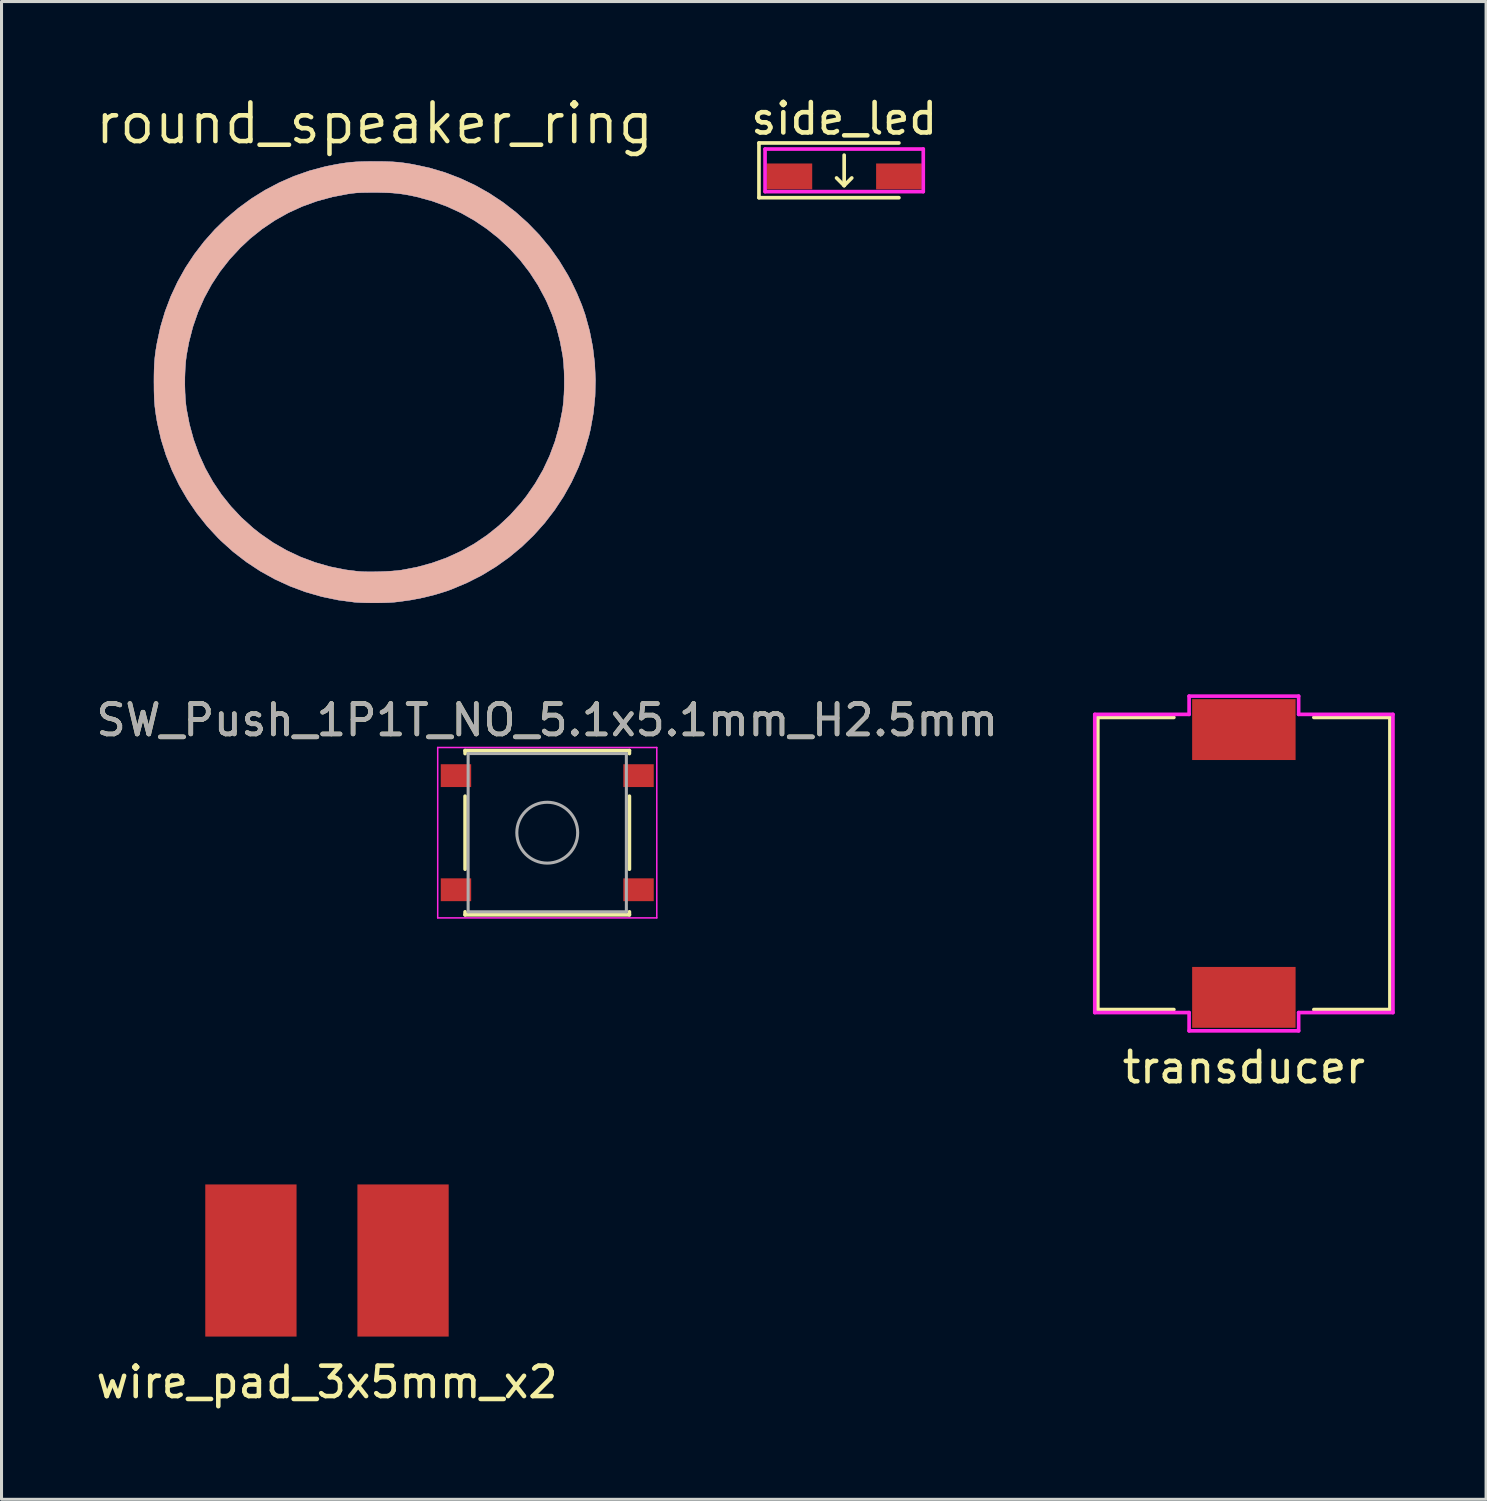
<source format=kicad_pcb>
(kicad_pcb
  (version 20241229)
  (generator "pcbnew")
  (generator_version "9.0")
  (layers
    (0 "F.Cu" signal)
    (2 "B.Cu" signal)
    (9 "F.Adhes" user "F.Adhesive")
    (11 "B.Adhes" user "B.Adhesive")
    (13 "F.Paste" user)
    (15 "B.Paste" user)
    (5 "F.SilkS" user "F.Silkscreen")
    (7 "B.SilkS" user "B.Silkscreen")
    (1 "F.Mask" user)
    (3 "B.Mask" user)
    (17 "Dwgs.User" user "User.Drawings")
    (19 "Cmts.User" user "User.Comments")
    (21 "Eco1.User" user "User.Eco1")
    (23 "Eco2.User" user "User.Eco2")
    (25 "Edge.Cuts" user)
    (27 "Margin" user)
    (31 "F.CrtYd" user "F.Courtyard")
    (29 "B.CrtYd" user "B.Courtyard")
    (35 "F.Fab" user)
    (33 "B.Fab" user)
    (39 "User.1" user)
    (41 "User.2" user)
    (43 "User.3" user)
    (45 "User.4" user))
  (footprint "SW_Push_1P1T_NO_5.1x5.1mm_H2.5mm"
    (layer "F.Cu")
    (at 14.935 24.316)
    (property "Reference" "SW_Push_1P1T_NO_5.1x5.1mm_H2.5mm" (at 0 -3.7 0) (layer "F.SilkS") (effects (font (size 1 1) (thickness 0.15))))
    (attr smd)
    (fp_line (start -2.7 -2.7) (end -2.7 -2.6) (stroke (width 0.12) (type solid)) (layer "F.SilkS"))
    (fp_line (start -2.7 -2.7) (end 2.7 -2.7) (stroke (width 0.12) (type solid)) (layer "F.SilkS"))
    (fp_line (start -2.7 -1.2) (end -2.7 1.2) (stroke (width 0.12) (type solid)) (layer "F.SilkS"))
    (fp_line (start -2.7 2.7) (end -2.7 2.6) (stroke (width 0.12) (type solid)) (layer "F.SilkS"))
    (fp_line (start -2.7 2.7) (end 2.7 2.7) (stroke (width 0.12) (type solid)) (layer "F.SilkS"))
    (fp_line (start 2.7 -2.7) (end 2.7 -2.6) (stroke (width 0.12) (type solid)) (layer "F.SilkS"))
    (fp_line (start 2.7 -1.2) (end 2.7 1.2) (stroke (width 0.12) (type solid)) (layer "F.SilkS"))
    (fp_line (start 2.7 2.7) (end 2.7 2.6) (stroke (width 0.12) (type solid)) (layer "F.SilkS"))
    (fp_line (start -3.6 -2.8) (end -3.6 2.8) (stroke (width 0.05) (type solid)) (layer "F.CrtYd"))
    (fp_line (start -3.6 -2.8) (end 3.6 -2.8) (stroke (width 0.05) (type solid)) (layer "F.CrtYd"))
    (fp_line (start -3.6 2.8) (end 3.6 2.8) (stroke (width 0.05) (type solid)) (layer "F.CrtYd"))
    (fp_line (start 3.6 2.8) (end 3.6 -2.8) (stroke (width 0.05) (type solid)) (layer "F.CrtYd"))
    (fp_line (start -2.6 -2.6) (end -2.6 2.6) (stroke (width 0.1) (type solid)) (layer "F.Fab"))
    (fp_line (start -2.6 2.6) (end 2.6 2.6) (stroke (width 0.1) (type solid)) (layer "F.Fab"))
    (fp_line (start 2.6 -2.6) (end -2.6 -2.6) (stroke (width 0.1) (type solid)) (layer "F.Fab"))
    (fp_line (start 2.6 2.6) (end 2.6 -2.6) (stroke (width 0.1) (type solid)) (layer "F.Fab"))
    (fp_circle (center 0 0) (end 1 0) (stroke (width 0.1) (type solid)) (fill no) (layer "F.Fab"))
    (fp_text user "${REFERENCE}" (at 0 -3.7 0) (layer "F.Fab") (effects (font (size 1 1) (thickness 0.15))))
    (pad "1" smd rect (at -3 -1.875) (size 1 0.75) (layers "F.Cu" "F.Mask" "F.Paste"))
    (pad "1" smd rect (at 3 -1.875) (size 1 0.75) (layers "F.Cu" "F.Mask" "F.Paste"))
    (pad "2" smd rect (at -3 1.875) (size 1 0.75) (layers "F.Cu" "F.Mask" "F.Paste"))
    (pad "2" smd rect (at 3 1.875) (size 1 0.75) (layers "F.Cu" "F.Mask" "F.Paste")))
  (footprint "round_speaker_ring"
    (layer "F.Cu")
    (at 9.26 9.506)
    (property "Reference" "round_speaker_ring" (at 0 -8.5 0) (layer "F.SilkS") (effects (font (size 1.27 1.27) (thickness 0.15))))
    (attr through_hole)
    (fp_poly (pts (xy 0.224 -7.249) (xy 0.415 -7.245) (xy 0.583 -7.238) (xy 0.737 -7.227) (xy 0.888 -7.211) (xy 1.044 -7.19) (xy 1.215 -7.162) (xy 1.27 -7.152) (xy 1.799 -7.039) (xy 2.315 -6.886) (xy 2.817 -6.694) (xy 3.303 -6.467) (xy 3.77 -6.204) (xy 4.217 -5.908) (xy 4.642 -5.58) (xy 5.041 -5.222) (xy 5.414 -4.836) (xy 5.758 -4.422) (xy 6.07 -3.982) (xy 6.35 -3.519) (xy 6.462 -3.309) (xy 6.652 -2.911) (xy 6.812 -2.524) (xy 6.921 -2.212) (xy 7.065 -1.689) (xy 7.17 -1.155) (xy 7.235 -0.614) (xy 7.26 -0.069) (xy 7.246 0.476) (xy 7.191 1.017) (xy 7.096 1.55) (xy 7.046 1.761) (xy 6.892 2.289) (xy 6.7 2.799) (xy 6.472 3.291) (xy 6.209 3.762) (xy 5.913 4.211) (xy 5.585 4.637) (xy 5.227 5.037) (xy 4.84 5.41) (xy 4.426 5.754) (xy 3.986 6.068) (xy 3.523 6.35) (xy 3.036 6.597) (xy 2.529 6.81) (xy 2.341 6.878) (xy 1.983 6.988) (xy 1.597 7.084) (xy 1.196 7.162) (xy 0.793 7.219) (xy 0.614 7.238) (xy 0.486 7.246) (xy 0.326 7.252) (xy 0.147 7.256) (xy -0.042 7.257) (xy -0.229 7.255) (xy -0.404 7.25) (xy -0.556 7.243) (xy -0.646 7.237) (xy -1.198 7.164) (xy -1.739 7.051) (xy -2.267 6.899) (xy -2.78 6.708) (xy -3.277 6.479) (xy -3.755 6.214) (xy -4.212 5.913) (xy -4.647 5.577) (xy -5.059 5.206) (xy -5.133 5.133) (xy -5.503 4.734) (xy -5.841 4.309) (xy -6.147 3.86) (xy -6.419 3.392) (xy -6.655 2.905) (xy -6.854 2.404) (xy -7.014 1.892) (xy -7.134 1.37) (xy -7.153 1.27) (xy -7.182 1.092) (xy -7.205 0.933) (xy -7.223 0.781) (xy -7.235 0.629) (xy -7.243 0.467) (xy -7.248 0.284) (xy -7.249 0.107) (xy -6.235 0.107) (xy -6.228 0.367) (xy -6.213 0.61) (xy -6.19 0.826) (xy -6.184 0.868) (xy -6.084 1.388) (xy -5.947 1.889) (xy -5.772 2.372) (xy -5.562 2.835) (xy -5.315 3.276) (xy -5.034 3.695) (xy -4.718 4.09) (xy -4.369 4.46) (xy -3.987 4.804) (xy -3.75 4.991) (xy -3.332 5.28) (xy -2.893 5.532) (xy -2.434 5.748) (xy -1.957 5.927) (xy -1.464 6.068) (xy -0.956 6.17) (xy -0.544 6.222) (xy -0.403 6.232) (xy -0.229 6.236) (xy -0.035 6.236) (xy 0.17 6.232) (xy 0.376 6.224) (xy 0.571 6.212) (xy 0.746 6.197) (xy 0.878 6.181) (xy 1.394 6.083) (xy 1.893 5.946) (xy 2.374 5.773) (xy 2.835 5.562) (xy 3.276 5.316) (xy 3.694 5.034) (xy 4.089 4.718) (xy 4.459 4.369) (xy 4.803 3.987) (xy 4.991 3.75) (xy 5.281 3.33) (xy 5.535 2.89) (xy 5.75 2.431) (xy 5.929 1.952) (xy 6.069 1.453) (xy 6.172 0.936) (xy 6.183 0.868) (xy 6.208 0.657) (xy 6.225 0.417) (xy 6.234 0.159) (xy 6.235 -0.105) (xy 6.228 -0.363) (xy 6.213 -0.606) (xy 6.191 -0.821) (xy 6.184 -0.868) (xy 6.097 -1.336) (xy 5.984 -1.778) (xy 5.841 -2.203) (xy 5.666 -2.62) (xy 5.608 -2.741) (xy 5.367 -3.189) (xy 5.091 -3.613) (xy 4.784 -4.01) (xy 4.447 -4.381) (xy 4.082 -4.723) (xy 3.691 -5.034) (xy 3.276 -5.314) (xy 2.839 -5.56) (xy 2.382 -5.771) (xy 1.907 -5.945) (xy 1.415 -6.081) (xy 1.397 -6.085) (xy 1.183 -6.132) (xy 0.986 -6.168) (xy 0.797 -6.194) (xy 0.603 -6.213) (xy 0.395 -6.224) (xy 0.163 -6.23) (xy 0 -6.231) (xy -0.186 -6.23) (xy -0.337 -6.228) (xy -0.463 -6.225) (xy -0.572 -6.219) (xy -0.672 -6.21) (xy -0.772 -6.198) (xy -0.868 -6.184) (xy -1.39 -6.084) (xy -1.893 -5.947) (xy -2.376 -5.772) (xy -2.838 -5.561) (xy -3.279 -5.313) (xy -3.699 -5.029) (xy -4.098 -4.709) (xy -4.413 -4.413) (xy -4.764 -4.033) (xy -5.079 -3.631) (xy -5.357 -3.208) (xy -5.599 -2.763) (xy -5.804 -2.298) (xy -5.972 -1.813) (xy -6.102 -1.309) (xy -6.183 -0.868) (xy -6.208 -0.657) (xy -6.225 -0.416) (xy -6.234 -0.158) (xy -6.235 0.107) (xy -7.249 0.107) (xy -7.249 0.072) (xy -7.25 0) (xy -7.249 -0.224) (xy -7.245 -0.415) (xy -7.238 -0.583) (xy -7.227 -0.737) (xy -7.211 -0.888) (xy -7.19 -1.044) (xy -7.162 -1.215) (xy -7.152 -1.27) (xy -7.039 -1.8) (xy -6.886 -2.315) (xy -6.697 -2.815) (xy -6.472 -3.296) (xy -6.214 -3.758) (xy -5.923 -4.199) (xy -5.602 -4.617) (xy -5.252 -5.011) (xy -4.875 -5.378) (xy -4.473 -5.718) (xy -4.046 -6.029) (xy -3.598 -6.308) (xy -3.129 -6.555) (xy -2.641 -6.768) (xy -2.136 -6.944) (xy -1.615 -7.083) (xy -1.27 -7.152) (xy -1.093 -7.182) (xy -0.933 -7.205) (xy -0.782 -7.223) (xy -0.63 -7.235) (xy -0.467 -7.243) (xy -0.284 -7.248) (xy -0.071 -7.249) (xy 0 -7.25) (xy 0.224 -7.249)) (stroke (width 0.01) (type solid)) (fill yes) (layer "B.Cu"))
    (fp_poly (pts (xy 0.224 -7.249) (xy 0.415 -7.245) (xy 0.583 -7.238) (xy 0.737 -7.227) (xy 0.888 -7.211) (xy 1.044 -7.19) (xy 1.215 -7.162) (xy 1.27 -7.152) (xy 1.799 -7.039) (xy 2.315 -6.886) (xy 2.817 -6.694) (xy 3.303 -6.467) (xy 3.77 -6.204) (xy 4.217 -5.908) (xy 4.642 -5.58) (xy 5.041 -5.222) (xy 5.414 -4.836) (xy 5.758 -4.422) (xy 6.07 -3.982) (xy 6.35 -3.519) (xy 6.462 -3.309) (xy 6.652 -2.911) (xy 6.812 -2.524) (xy 6.921 -2.212) (xy 7.065 -1.689) (xy 7.17 -1.155) (xy 7.235 -0.614) (xy 7.26 -0.069) (xy 7.246 0.476) (xy 7.191 1.017) (xy 7.096 1.55) (xy 7.046 1.761) (xy 6.892 2.289) (xy 6.7 2.799) (xy 6.472 3.291) (xy 6.209 3.762) (xy 5.913 4.211) (xy 5.585 4.637) (xy 5.227 5.037) (xy 4.84 5.41) (xy 4.426 5.754) (xy 3.986 6.068) (xy 3.523 6.35) (xy 3.036 6.597) (xy 2.529 6.81) (xy 2.341 6.878) (xy 1.983 6.988) (xy 1.597 7.084) (xy 1.196 7.162) (xy 0.793 7.219) (xy 0.614 7.238) (xy 0.486 7.246) (xy 0.326 7.252) (xy 0.147 7.256) (xy -0.042 7.257) (xy -0.229 7.255) (xy -0.404 7.25) (xy -0.556 7.243) (xy -0.646 7.237) (xy -1.198 7.164) (xy -1.739 7.051) (xy -2.267 6.899) (xy -2.78 6.708) (xy -3.277 6.479) (xy -3.755 6.214) (xy -4.212 5.913) (xy -4.647 5.577) (xy -5.059 5.206) (xy -5.133 5.133) (xy -5.503 4.734) (xy -5.841 4.309) (xy -6.147 3.86) (xy -6.419 3.392) (xy -6.655 2.905) (xy -6.854 2.404) (xy -7.014 1.892) (xy -7.134 1.37) (xy -7.153 1.27) (xy -7.182 1.092) (xy -7.205 0.933) (xy -7.223 0.781) (xy -7.235 0.629) (xy -7.243 0.467) (xy -7.248 0.284) (xy -7.249 0.107) (xy -6.235 0.107) (xy -6.228 0.367) (xy -6.213 0.61) (xy -6.19 0.826) (xy -6.184 0.868) (xy -6.084 1.388) (xy -5.947 1.889) (xy -5.772 2.372) (xy -5.562 2.835) (xy -5.315 3.276) (xy -5.034 3.695) (xy -4.718 4.09) (xy -4.369 4.46) (xy -3.987 4.804) (xy -3.75 4.991) (xy -3.332 5.28) (xy -2.893 5.532) (xy -2.434 5.748) (xy -1.957 5.927) (xy -1.464 6.068) (xy -0.956 6.17) (xy -0.544 6.222) (xy -0.403 6.232) (xy -0.229 6.236) (xy -0.035 6.236) (xy 0.17 6.232) (xy 0.376 6.224) (xy 0.571 6.212) (xy 0.746 6.197) (xy 0.878 6.181) (xy 1.394 6.083) (xy 1.893 5.946) (xy 2.374 5.773) (xy 2.835 5.562) (xy 3.276 5.316) (xy 3.694 5.034) (xy 4.089 4.718) (xy 4.459 4.369) (xy 4.803 3.987) (xy 4.991 3.75) (xy 5.281 3.33) (xy 5.535 2.89) (xy 5.75 2.431) (xy 5.929 1.952) (xy 6.069 1.453) (xy 6.172 0.936) (xy 6.183 0.868) (xy 6.208 0.657) (xy 6.225 0.417) (xy 6.234 0.159) (xy 6.235 -0.105) (xy 6.228 -0.363) (xy 6.213 -0.606) (xy 6.191 -0.821) (xy 6.184 -0.868) (xy 6.097 -1.336) (xy 5.984 -1.778) (xy 5.841 -2.203) (xy 5.666 -2.62) (xy 5.608 -2.741) (xy 5.367 -3.189) (xy 5.091 -3.613) (xy 4.784 -4.01) (xy 4.447 -4.381) (xy 4.082 -4.723) (xy 3.691 -5.034) (xy 3.276 -5.314) (xy 2.839 -5.56) (xy 2.382 -5.771) (xy 1.907 -5.945) (xy 1.415 -6.081) (xy 1.397 -6.085) (xy 1.183 -6.132) (xy 0.986 -6.168) (xy 0.797 -6.194) (xy 0.603 -6.213) (xy 0.395 -6.224) (xy 0.163 -6.23) (xy 0 -6.231) (xy -0.186 -6.23) (xy -0.337 -6.228) (xy -0.463 -6.225) (xy -0.572 -6.219) (xy -0.672 -6.21) (xy -0.772 -6.198) (xy -0.868 -6.184) (xy -1.39 -6.084) (xy -1.893 -5.947) (xy -2.376 -5.772) (xy -2.838 -5.561) (xy -3.279 -5.313) (xy -3.699 -5.029) (xy -4.098 -4.709) (xy -4.413 -4.413) (xy -4.764 -4.033) (xy -5.079 -3.631) (xy -5.357 -3.208) (xy -5.599 -2.763) (xy -5.804 -2.298) (xy -5.972 -1.813) (xy -6.102 -1.309) (xy -6.183 -0.868) (xy -6.208 -0.657) (xy -6.225 -0.416) (xy -6.234 -0.158) (xy -6.235 0.107) (xy -7.249 0.107) (xy -7.249 0.072) (xy -7.25 0) (xy -7.249 -0.224) (xy -7.245 -0.415) (xy -7.238 -0.583) (xy -7.227 -0.737) (xy -7.211 -0.888) (xy -7.19 -1.044) (xy -7.162 -1.215) (xy -7.152 -1.27) (xy -7.039 -1.8) (xy -6.886 -2.315) (xy -6.697 -2.815) (xy -6.472 -3.296) (xy -6.214 -3.758) (xy -5.923 -4.199) (xy -5.602 -4.617) (xy -5.252 -5.011) (xy -4.875 -5.378) (xy -4.473 -5.718) (xy -4.046 -6.029) (xy -3.598 -6.308) (xy -3.129 -6.555) (xy -2.641 -6.768) (xy -2.136 -6.944) (xy -1.615 -7.083) (xy -1.27 -7.152) (xy -1.093 -7.182) (xy -0.933 -7.205) (xy -0.782 -7.223) (xy -0.63 -7.235) (xy -0.467 -7.243) (xy -0.284 -7.248) (xy -0.071 -7.249) (xy 0 -7.25) (xy 0.224 -7.249)) (stroke (width 0.01) (type solid)) (fill yes) (layer "B.SilkS")))
  (footprint "wire_pad_3x5mm_x2"
    (layer "F.Cu")
    (at 7.696 38.376)
    (property "Reference" "wire_pad_3x5mm_x2" (at 0 4 0) (layer "F.SilkS") (effects (font (size 1 1) (thickness 0.15))))
    (attr through_hole)
    (pad "1" smd rect (at -2.5 0) (size 3 5) (layers "F.Cu" "F.Mask" "F.Paste"))
    (pad "2" smd rect (at 2.5 0) (size 3 5) (layers "F.Cu" "F.Mask" "F.Paste")))
  (footprint "transducer"
    (layer "F.Cu")
    (at 37.829 25.328)
    (property "Reference" "transducer" (at 0 6.7 0) (layer "F.SilkS") (effects (font (size 1 1) (thickness 0.15))))
    (attr through_hole)
    (fp_line (start -4.8 -4.8) (end -2.3 -4.8) (stroke (width 0.12) (type solid)) (layer "F.SilkS"))
    (fp_line (start -4.8 4.8) (end -4.8 -4.8) (stroke (width 0.12) (type solid)) (layer "F.SilkS"))
    (fp_line (start -4.8 4.8) (end -2.3 4.8) (stroke (width 0.12) (type solid)) (layer "F.SilkS"))
    (fp_line (start 2.3 -4.8) (end 4.8 -4.8) (stroke (width 0.12) (type solid)) (layer "F.SilkS"))
    (fp_line (start 2.3 4.8) (end 4.8 4.8) (stroke (width 0.12) (type solid)) (layer "F.SilkS"))
    (fp_line (start 4.8 -4.8) (end 4.8 4.8) (stroke (width 0.12) (type solid)) (layer "F.SilkS"))
    (fp_line (start -4.9 -4.9) (end -1.8 -4.9) (stroke (width 0.12) (type solid)) (layer "F.CrtYd"))
    (fp_line (start -4.9 4.9) (end -4.9 -4.9) (stroke (width 0.12) (type solid)) (layer "F.CrtYd"))
    (fp_line (start -1.8 -5.5) (end 1.8 -5.5) (stroke (width 0.12) (type solid)) (layer "F.CrtYd"))
    (fp_line (start -1.8 -4.9) (end -1.8 -5.5) (stroke (width 0.12) (type solid)) (layer "F.CrtYd"))
    (fp_line (start -1.8 4.9) (end -4.9 4.9) (stroke (width 0.12) (type solid)) (layer "F.CrtYd"))
    (fp_line (start -1.8 5.5) (end -1.8 4.9) (stroke (width 0.12) (type solid)) (layer "F.CrtYd"))
    (fp_line (start 1.8 -5.5) (end 1.8 -4.9) (stroke (width 0.12) (type solid)) (layer "F.CrtYd"))
    (fp_line (start 1.8 -4.9) (end 4.9 -4.9) (stroke (width 0.12) (type solid)) (layer "F.CrtYd"))
    (fp_line (start 1.8 4.9) (end 1.8 5.5) (stroke (width 0.12) (type solid)) (layer "F.CrtYd"))
    (fp_line (start 1.8 5.5) (end -1.8 5.5) (stroke (width 0.12) (type solid)) (layer "F.CrtYd"))
    (fp_line (start 4.9 -4.9) (end 4.9 4.9) (stroke (width 0.12) (type solid)) (layer "F.CrtYd"))
    (fp_line (start 4.9 4.9) (end 1.8 4.9) (stroke (width 0.12) (type solid)) (layer "F.CrtYd"))
    (pad "1" smd rect (at 0 -4.4) (size 3.4 2) (layers "F.Cu" "F.Mask" "F.Paste"))
    (pad "2" smd rect (at 0 4.4) (size 3.4 2) (layers "F.Cu" "F.Mask" "F.Paste")))
  (footprint "side_led"
    (layer "F.Cu")
    (at 24.693 2.748)
    (property "Reference" "side_led" (at 0 -1.9 0) (layer "F.SilkS") (effects (font (size 1 1) (thickness 0.15))))
    (attr smd)
    (fp_line (start -2.8 -1.1) (end -2.8 0.7) (stroke (width 0.12) (type solid)) (layer "F.SilkS"))
    (fp_line (start -2.8 0.7) (end 1.8 0.7) (stroke (width 0.12) (type solid)) (layer "F.SilkS"))
    (fp_line (start -0.25 0.05) (end 0 0.3) (stroke (width 0.12) (type solid)) (layer "F.SilkS"))
    (fp_line (start 0 0.3) (end 0 -0.7) (stroke (width 0.12) (type solid)) (layer "F.SilkS"))
    (fp_line (start 0 0.3) (end 0.25 0.05) (stroke (width 0.12) (type solid)) (layer "F.SilkS"))
    (fp_line (start 1.8 -1.1) (end -2.8 -1.1) (stroke (width 0.12) (type solid)) (layer "F.SilkS"))
    (fp_line (start -2.6 -0.9) (end -2.6 0.5) (stroke (width 0.12) (type solid)) (layer "F.CrtYd"))
    (fp_line (start -2.6 0.5) (end 2.6 0.5) (stroke (width 0.12) (type solid)) (layer "F.CrtYd"))
    (fp_line (start 2.6 -0.9) (end -2.6 -0.9) (stroke (width 0.12) (type solid)) (layer "F.CrtYd"))
    (fp_line (start 2.6 0.5) (end 2.6 -0.9) (stroke (width 0.12) (type solid)) (layer "F.CrtYd"))
    (pad "1" smd rect (at -1.8 0) (size 1.5 0.85) (layers "F.Cu" "F.Mask" "F.Paste"))
    (pad "2" smd rect (at 1.8 0) (size 1.5 0.85) (layers "F.Cu" "F.Mask" "F.Paste")))
  (gr_rect
    (start -3 -3)
    (end 45.789 46.224)
    (stroke (width 0.1) (type default))
    (fill no)
    (layer "Edge.Cuts")))
</source>
